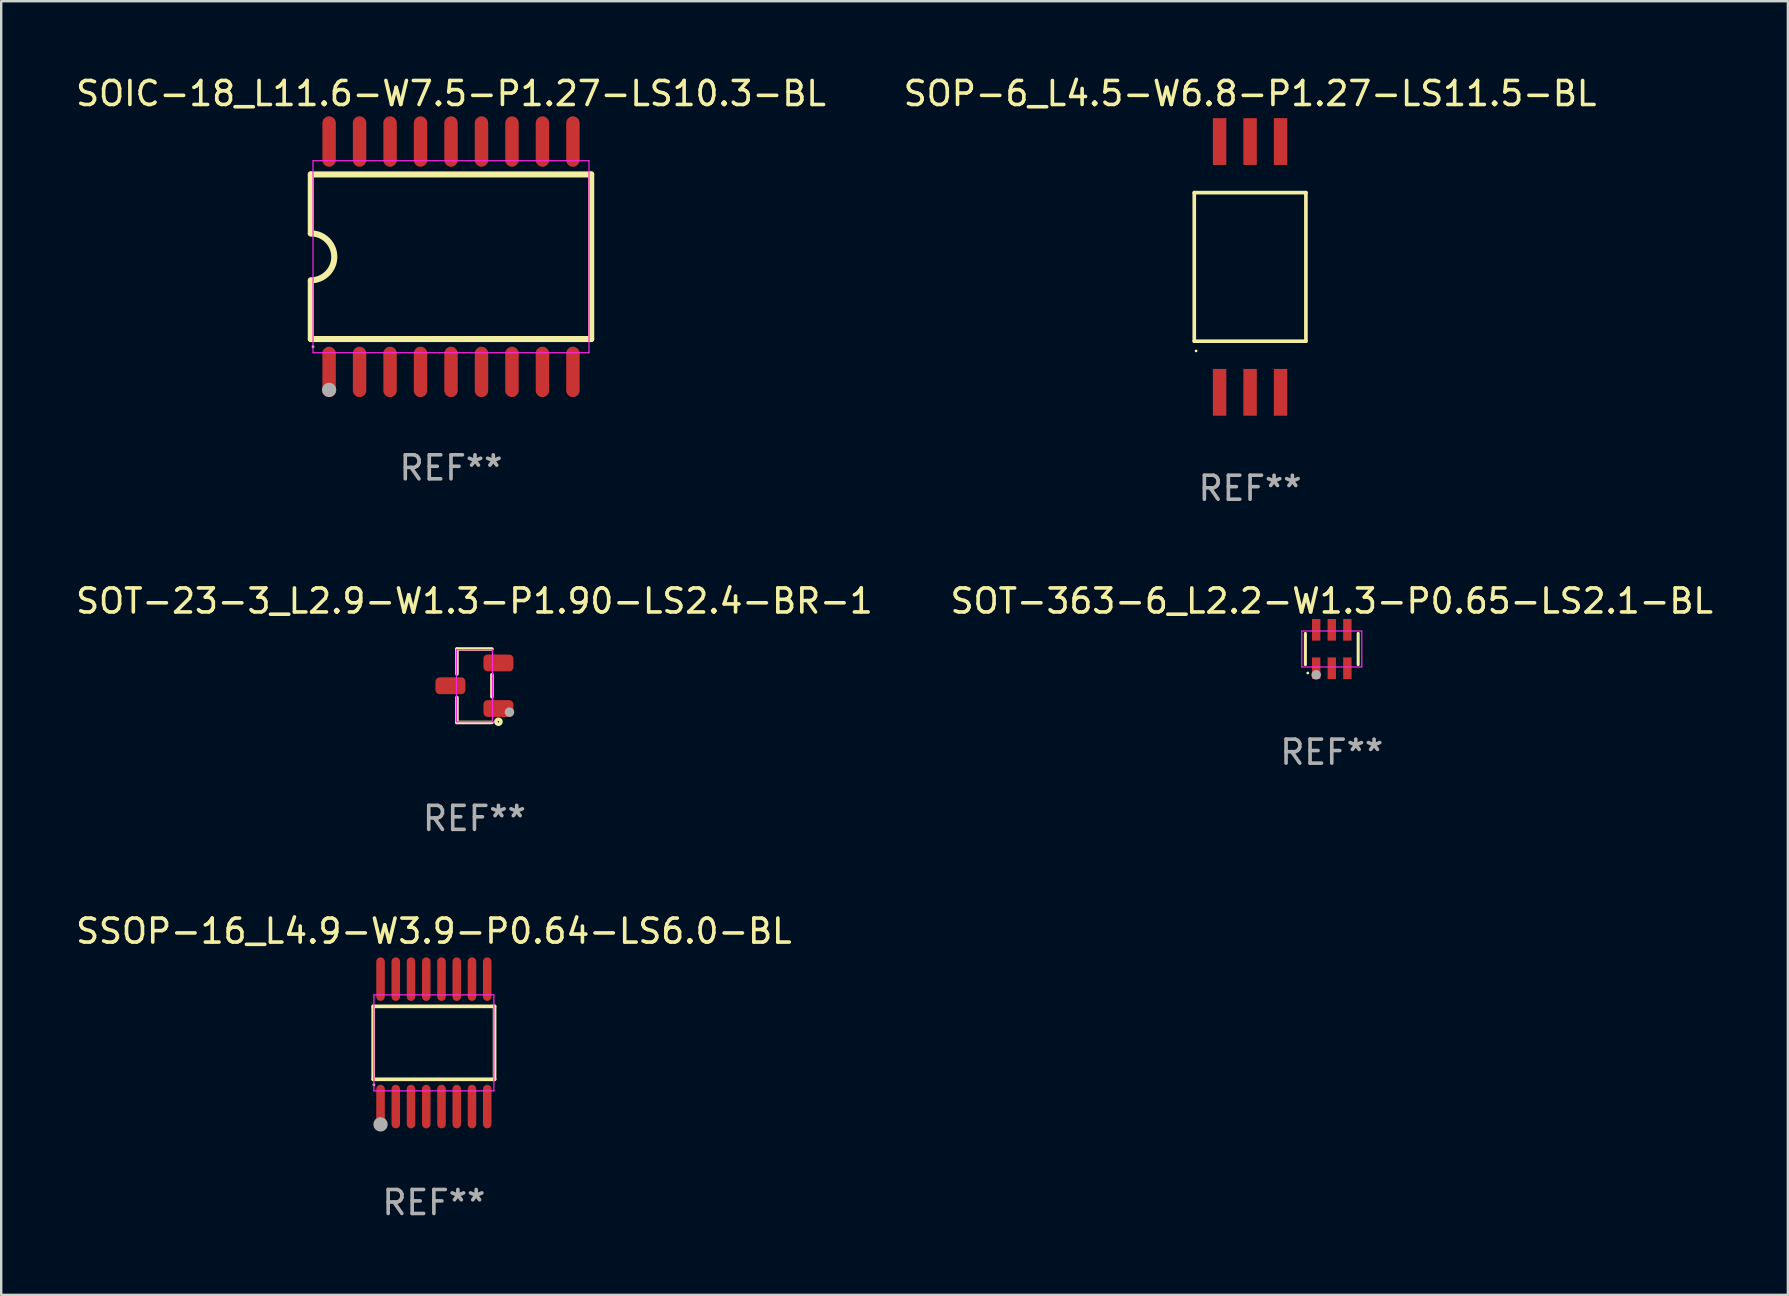
<source format=kicad_pcb>
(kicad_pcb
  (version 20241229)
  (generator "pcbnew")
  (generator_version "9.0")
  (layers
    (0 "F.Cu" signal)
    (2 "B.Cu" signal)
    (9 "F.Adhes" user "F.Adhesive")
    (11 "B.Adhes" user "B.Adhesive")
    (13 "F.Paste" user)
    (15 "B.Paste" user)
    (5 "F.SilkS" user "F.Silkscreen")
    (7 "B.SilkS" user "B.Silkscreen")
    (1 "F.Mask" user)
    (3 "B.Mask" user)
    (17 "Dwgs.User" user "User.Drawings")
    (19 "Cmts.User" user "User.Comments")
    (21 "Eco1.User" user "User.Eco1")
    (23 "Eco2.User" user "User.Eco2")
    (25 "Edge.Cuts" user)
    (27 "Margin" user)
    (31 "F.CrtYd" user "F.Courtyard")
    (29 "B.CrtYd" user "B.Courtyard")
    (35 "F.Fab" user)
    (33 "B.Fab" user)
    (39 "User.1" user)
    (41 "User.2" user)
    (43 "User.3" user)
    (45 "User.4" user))
  (footprint "SOP-6_L4.5-W6.8-P1.27-LS11.5-BL"
    (layer "F.Cu")
    (at 49.042 8.073)
    (property "Reference" "SOP-6_L4.5-W6.8-P1.27-LS11.5-BL" (at 0 -7.225 0) (layer "F.SilkS") (effects (font (size 1 1) (thickness 0.15))))
    (attr smd)
    (fp_line (start -2.326 -3.095) (end 2.326 -3.095) (stroke (width 0.152) (type solid)) (layer "F.SilkS"))
    (fp_line (start -2.326 3.095) (end -2.326 -3.095) (stroke (width 0.152) (type solid)) (layer "F.SilkS"))
    (fp_line (start 2.326 -3.095) (end 2.326 3.095) (stroke (width 0.152) (type solid)) (layer "F.SilkS"))
    (fp_line (start 2.326 3.095) (end -2.326 3.095) (stroke (width 0.152) (type solid)) (layer "F.SilkS"))
    (fp_circle (center -2.25 3.5) (end -2.22 3.5) (stroke (width 0.06) (type solid)) (fill no) (layer "F.SilkS"))
    (fp_text user "REF**" (at 0 9.225 0) (layer "F.Fab") (effects (font (size 1 1) (thickness 0.15))))
    (pad "1" smd rect (at -1.27 5.225) (size 0.56 1.95) (layers "F.Cu" "F.Mask" "F.Paste"))
    (pad "2" smd rect (at 0 5.225) (size 0.56 1.95) (layers "F.Cu" "F.Mask" "F.Paste"))
    (pad "3" smd rect (at 1.27 5.225) (size 0.56 1.95) (layers "F.Cu" "F.Mask" "F.Paste"))
    (pad "4" smd rect (at 1.27 -5.225) (size 0.56 1.95) (layers "F.Cu" "F.Mask" "F.Paste"))
    (pad "5" smd rect (at 0 -5.225) (size 0.56 1.95) (layers "F.Cu" "F.Mask" "F.Paste"))
    (pad "6" smd rect (at -1.27 -5.225) (size 0.56 1.95) (layers "F.Cu" "F.Mask" "F.Paste")))
  (footprint "SOT-363-6_L2.2-W1.3-P0.65-LS2.1-BL"
    (layer "F.Cu")
    (at 52.446 23.995)
    (property "Reference" "SOT-363-6_L2.2-W1.3-P0.65-LS2.1-BL" (at 0 -2 0) (layer "F.SilkS") (effects (font (size 1 1) (thickness 0.15))))
    (attr smd)
    (fp_line (start -1.1 -0.65) (end -1.1 0.65) (stroke (width 0.127) (type solid)) (layer "F.SilkS"))
    (fp_line (start 1.1 -0.65) (end 1.1 0.65) (stroke (width 0.127) (type solid)) (layer "F.SilkS"))
    (fp_circle (center -1 1) (end -0.97 1) (stroke (width 0.06) (type solid)) (fill no) (layer "F.SilkS"))
    (fp_line (start -1.25 -0.75) (end 1.25 -0.75) (stroke (width 0.05) (type default)) (layer "F.CrtYd"))
    (fp_line (start -1.25 0.75) (end -1.25 -0.75) (stroke (width 0.05) (type default)) (layer "F.CrtYd"))
    (fp_line (start 1.25 -0.75) (end 1.25 0.75) (stroke (width 0.05) (type default)) (layer "F.CrtYd"))
    (fp_line (start 1.25 0.75) (end -1.25 0.75) (stroke (width 0.05) (type default)) (layer "F.CrtYd"))
    (fp_circle (center -0.65 1.075) (end -0.55 1.075) (stroke (width 0.2) (type solid)) (fill no) (layer "F.Fab"))
    (fp_text user "REF**" (at 0 4.3 0) (layer "F.Fab") (effects (font (size 1 1) (thickness 0.15))))
    (pad "1" smd rect (at -0.65 0.8) (size 0.35 0.9) (layers "F.Cu" "F.Mask" "F.Paste"))
    (pad "2" smd rect (at 0 0.8) (size 0.35 0.9) (layers "F.Cu" "F.Mask" "F.Paste"))
    (pad "3" smd rect (at 0.65 0.8) (size 0.35 0.9) (layers "F.Cu" "F.Mask" "F.Paste"))
    (pad "4" smd rect (at 0.65 -0.8) (size 0.35 0.9) (layers "F.Cu" "F.Mask" "F.Paste"))
    (pad "5" smd rect (at 0 -0.8) (size 0.35 0.9) (layers "F.Cu" "F.Mask" "F.Paste"))
    (pad "6" smd rect (at -0.65 -0.8) (size 0.35 0.9) (layers "F.Cu" "F.Mask" "F.Paste")))
  (footprint "SSOP-16_L4.9-W3.9-P0.64-LS6.0-BL"
    (layer "F.Cu")
    (at 15.03 40.406)
    (property "Reference" "SSOP-16_L4.9-W3.9-P0.64-LS6.0-BL" (at 0 -4.655 0) (layer "F.SilkS") (effects (font (size 1 1) (thickness 0.15))))
    (attr smd)
    (fp_line (start -2.529 -1.519) (end 2.529 -1.519) (stroke (width 0.152) (type solid)) (layer "F.SilkS"))
    (fp_line (start -2.529 1.519) (end -2.529 -1.519) (stroke (width 0.152) (type solid)) (layer "F.SilkS"))
    (fp_line (start 2.529 -1.519) (end 2.529 1.519) (stroke (width 0.152) (type solid)) (layer "F.SilkS"))
    (fp_line (start 2.529 1.519) (end -2.529 1.519) (stroke (width 0.152) (type solid)) (layer "F.SilkS"))
    (fp_circle (center -2.5 1.75) (end -2.47 1.75) (stroke (width 0.06) (type solid)) (fill no) (layer "F.SilkS"))
    (fp_line (start -2.5 -2) (end -2.5 2) (stroke (width 0.05) (type default)) (layer "F.CrtYd"))
    (fp_line (start -2.5 2) (end 2.5 2) (stroke (width 0.05) (type default)) (layer "F.CrtYd"))
    (fp_line (start 2.5 -2) (end -2.5 -2) (stroke (width 0.05) (type default)) (layer "F.CrtYd"))
    (fp_line (start 2.5 2) (end 2.5 -2) (stroke (width 0.05) (type default)) (layer "F.CrtYd"))
    (fp_circle (center -2.223 3.398) (end -2.072 3.398) (stroke (width 0.3) (type solid)) (fill no) (layer "F.Fab"))
    (fp_text user "REF**" (at 0 6.655 0) (layer "F.Fab") (effects (font (size 1 1) (thickness 0.15))))
    (pad "1" smd oval (at -2.223 2.655) (size 0.356 1.815) (layers "F.Cu" "F.Mask" "F.Paste"))
    (pad "2" smd oval (at -1.588 2.655) (size 0.356 1.815) (layers "F.Cu" "F.Mask" "F.Paste"))
    (pad "3" smd oval (at -0.953 2.655) (size 0.356 1.815) (layers "F.Cu" "F.Mask" "F.Paste"))
    (pad "4" smd oval (at -0.318 2.655) (size 0.356 1.815) (layers "F.Cu" "F.Mask" "F.Paste"))
    (pad "5" smd oval (at 0.318 2.655) (size 0.356 1.815) (layers "F.Cu" "F.Mask" "F.Paste"))
    (pad "6" smd oval (at 0.953 2.655) (size 0.356 1.815) (layers "F.Cu" "F.Mask" "F.Paste"))
    (pad "7" smd oval (at 1.588 2.655) (size 0.356 1.815) (layers "F.Cu" "F.Mask" "F.Paste"))
    (pad "8" smd oval (at 2.223 2.655) (size 0.356 1.815) (layers "F.Cu" "F.Mask" "F.Paste"))
    (pad "9" smd oval (at 2.223 -2.655) (size 0.356 1.815) (layers "F.Cu" "F.Mask" "F.Paste"))
    (pad "10" smd oval (at 1.588 -2.655) (size 0.356 1.815) (layers "F.Cu" "F.Mask" "F.Paste"))
    (pad "11" smd oval (at 0.953 -2.655) (size 0.356 1.815) (layers "F.Cu" "F.Mask" "F.Paste"))
    (pad "12" smd oval (at 0.318 -2.655) (size 0.356 1.815) (layers "F.Cu" "F.Mask" "F.Paste"))
    (pad "13" smd oval (at -0.318 -2.655) (size 0.356 1.815) (layers "F.Cu" "F.Mask" "F.Paste"))
    (pad "14" smd oval (at -0.953 -2.655) (size 0.356 1.815) (layers "F.Cu" "F.Mask" "F.Paste"))
    (pad "15" smd oval (at -1.588 -2.655) (size 0.356 1.815) (layers "F.Cu" "F.Mask" "F.Paste"))
    (pad "16" smd oval (at -2.223 -2.655) (size 0.356 1.815) (layers "F.Cu" "F.Mask" "F.Paste")))
  (footprint "SOIC-18_L11.6-W7.5-P1.27-LS10.3-BL"
    (layer "F.Cu")
    (at 15.744 7.648)
    (property "Reference" "SOIC-18_L11.6-W7.5-P1.27-LS10.3-BL" (at 0 -6.8 0) (layer "F.SilkS") (effects (font (size 1 1) (thickness 0.15))))
    (attr smd)
    (fp_line (start -5.842 -3.429) (end -5.842 -0.973) (stroke (width 0.254) (type solid)) (layer "F.SilkS"))
    (fp_line (start -5.842 -3.429) (end 5.842 -3.429) (stroke (width 0.254) (type solid)) (layer "F.SilkS"))
    (fp_line (start -5.842 3.429) (end -5.842 1.011) (stroke (width 0.254) (type solid)) (layer "F.SilkS"))
    (fp_line (start 5.842 -3.429) (end 5.842 3.429) (stroke (width 0.254) (type solid)) (layer "F.SilkS"))
    (fp_line (start 5.842 3.429) (end -5.842 3.429) (stroke (width 0.254) (type solid)) (layer "F.SilkS"))
    (fp_arc (start -5.842012 -0.972822) (mid -4.864109 0.005079) (end -5.84201 0.982982) (stroke (width 0.254) (type solid)) (layer "F.SilkS"))
    (fp_circle (center -5.75 3.75) (end -5.72 3.75) (stroke (width 0.06) (type solid)) (fill no) (layer "F.SilkS"))
    (fp_line (start -5.75 -4) (end -5.75 4) (stroke (width 0.05) (type default)) (layer "F.CrtYd"))
    (fp_line (start -5.75 4) (end 5.75 4) (stroke (width 0.05) (type default)) (layer "F.CrtYd"))
    (fp_line (start 5.75 -4) (end -5.75 -4) (stroke (width 0.05) (type default)) (layer "F.CrtYd"))
    (fp_line (start 5.75 4) (end 5.75 -4) (stroke (width 0.05) (type default)) (layer "F.CrtYd"))
    (fp_circle (center -5.08 5.55) (end -4.93 5.55) (stroke (width 0.3) (type solid)) (fill no) (layer "F.Fab"))
    (fp_text user "REF**" (at 0 8.8 0) (layer "F.Fab") (effects (font (size 1 1) (thickness 0.15))))
    (pad "1" smd oval (at -5.08 4.8) (size 0.56 2.1) (layers "F.Cu" "F.Mask" "F.Paste"))
    (pad "2" smd oval (at -3.81 4.8) (size 0.56 2.1) (layers "F.Cu" "F.Mask" "F.Paste"))
    (pad "3" smd oval (at -2.54 4.8) (size 0.56 2.1) (layers "F.Cu" "F.Mask" "F.Paste"))
    (pad "4" smd oval (at -1.27 4.8) (size 0.56 2.1) (layers "F.Cu" "F.Mask" "F.Paste"))
    (pad "5" smd oval (at 0 4.8) (size 0.56 2.1) (layers "F.Cu" "F.Mask" "F.Paste"))
    (pad "6" smd oval (at 1.27 4.8) (size 0.56 2.1) (layers "F.Cu" "F.Mask" "F.Paste"))
    (pad "7" smd oval (at 2.54 4.8) (size 0.56 2.1) (layers "F.Cu" "F.Mask" "F.Paste"))
    (pad "8" smd oval (at 3.81 4.8) (size 0.56 2.1) (layers "F.Cu" "F.Mask" "F.Paste"))
    (pad "9" smd oval (at 5.08 4.8) (size 0.56 2.1) (layers "F.Cu" "F.Mask" "F.Paste"))
    (pad "10" smd oval (at 5.08 -4.8) (size 0.56 2.1) (layers "F.Cu" "F.Mask" "F.Paste"))
    (pad "11" smd oval (at 3.81 -4.8) (size 0.56 2.1) (layers "F.Cu" "F.Mask" "F.Paste"))
    (pad "12" smd oval (at 2.54 -4.8) (size 0.56 2.1) (layers "F.Cu" "F.Mask" "F.Paste"))
    (pad "13" smd oval (at 1.27 -4.8) (size 0.56 2.1) (layers "F.Cu" "F.Mask" "F.Paste"))
    (pad "14" smd oval (at 0 -4.8) (size 0.56 2.1) (layers "F.Cu" "F.Mask" "F.Paste"))
    (pad "15" smd oval (at -1.27 -4.8) (size 0.56 2.1) (layers "F.Cu" "F.Mask" "F.Paste"))
    (pad "16" smd oval (at -2.54 -4.8) (size 0.56 2.1) (layers "F.Cu" "F.Mask" "F.Paste"))
    (pad "17" smd oval (at -3.81 -4.8) (size 0.56 2.1) (layers "F.Cu" "F.Mask" "F.Paste"))
    (pad "18" smd oval (at -5.08 -4.8) (size 0.56 2.1) (layers "F.Cu" "F.Mask" "F.Paste")))
  (footprint "SOT-23-3_L2.9-W1.3-P1.90-LS2.4-BR-1"
    (layer "F.Cu")
    (at 16.72 25.525)
    (property "Reference" "SOT-23-3_L2.9-W1.3-P1.90-LS2.4-BR-1" (at 0 -3.53 0) (layer "F.SilkS") (effects (font (size 1 1) (thickness 0.15))))
    (attr smd)
    (fp_line (start -0.73 -1.53) (end -0.73 -0.49) (stroke (width 0.15) (type solid)) (layer "F.SilkS"))
    (fp_line (start -0.73 1.53) (end -0.73 0.49) (stroke (width 0.15) (type solid)) (layer "F.SilkS"))
    (fp_line (start 0.73 -1.53) (end -0.73 -1.53) (stroke (width 0.15) (type solid)) (layer "F.SilkS"))
    (fp_line (start 0.73 -0.46) (end 0.73 0.46) (stroke (width 0.15) (type solid)) (layer "F.SilkS"))
    (fp_line (start 0.73 1.53) (end -0.73 1.53) (stroke (width 0.15) (type solid)) (layer "F.SilkS"))
    (fp_circle (center 1 1.5) (end 1.03 1.5) (stroke (width 0.15) (type solid)) (fill no) (layer "F.SilkS"))
    (fp_line (start -0.75 -1.5) (end -0.75 1.5) (stroke (width 0.05) (type default)) (layer "F.CrtYd"))
    (fp_line (start -0.75 1.5) (end 0.75 1.5) (stroke (width 0.05) (type default)) (layer "F.CrtYd"))
    (fp_line (start 0.75 -1.5) (end -0.75 -1.5) (stroke (width 0.05) (type default)) (layer "F.CrtYd"))
    (fp_line (start 0.75 1.5) (end 0.75 -1.5) (stroke (width 0.05) (type default)) (layer "F.CrtYd"))
    (fp_circle (center 1.46 1.1) (end 1.56 1.1) (stroke (width 0.2) (type solid)) (fill no) (layer "F.Fab"))
    (fp_text user "REF**" (at 0 5.53 0) (layer "F.Fab") (effects (font (size 1 1) (thickness 0.15))))
    (pad "1" smd roundrect (at 1 0.95) (size 1.25 0.7) (layers "F.Cu" "F.Mask" "F.Paste") (roundrect_rratio 0.25))
    (pad "2" smd roundrect (at 1 -0.95) (size 1.25 0.7) (layers "F.Cu" "F.Mask" "F.Paste") (roundrect_rratio 0.25))
    (pad "3" smd roundrect (at -1 0) (size 1.25 0.7) (layers "F.Cu" "F.Mask" "F.Paste") (roundrect_rratio 0.25)))
  (gr_rect
    (start -3 -3)
    (end 71.452 50.909)
    (stroke (width 0.1) (type default))
    (fill no)
    (layer "Edge.Cuts")))
</source>
